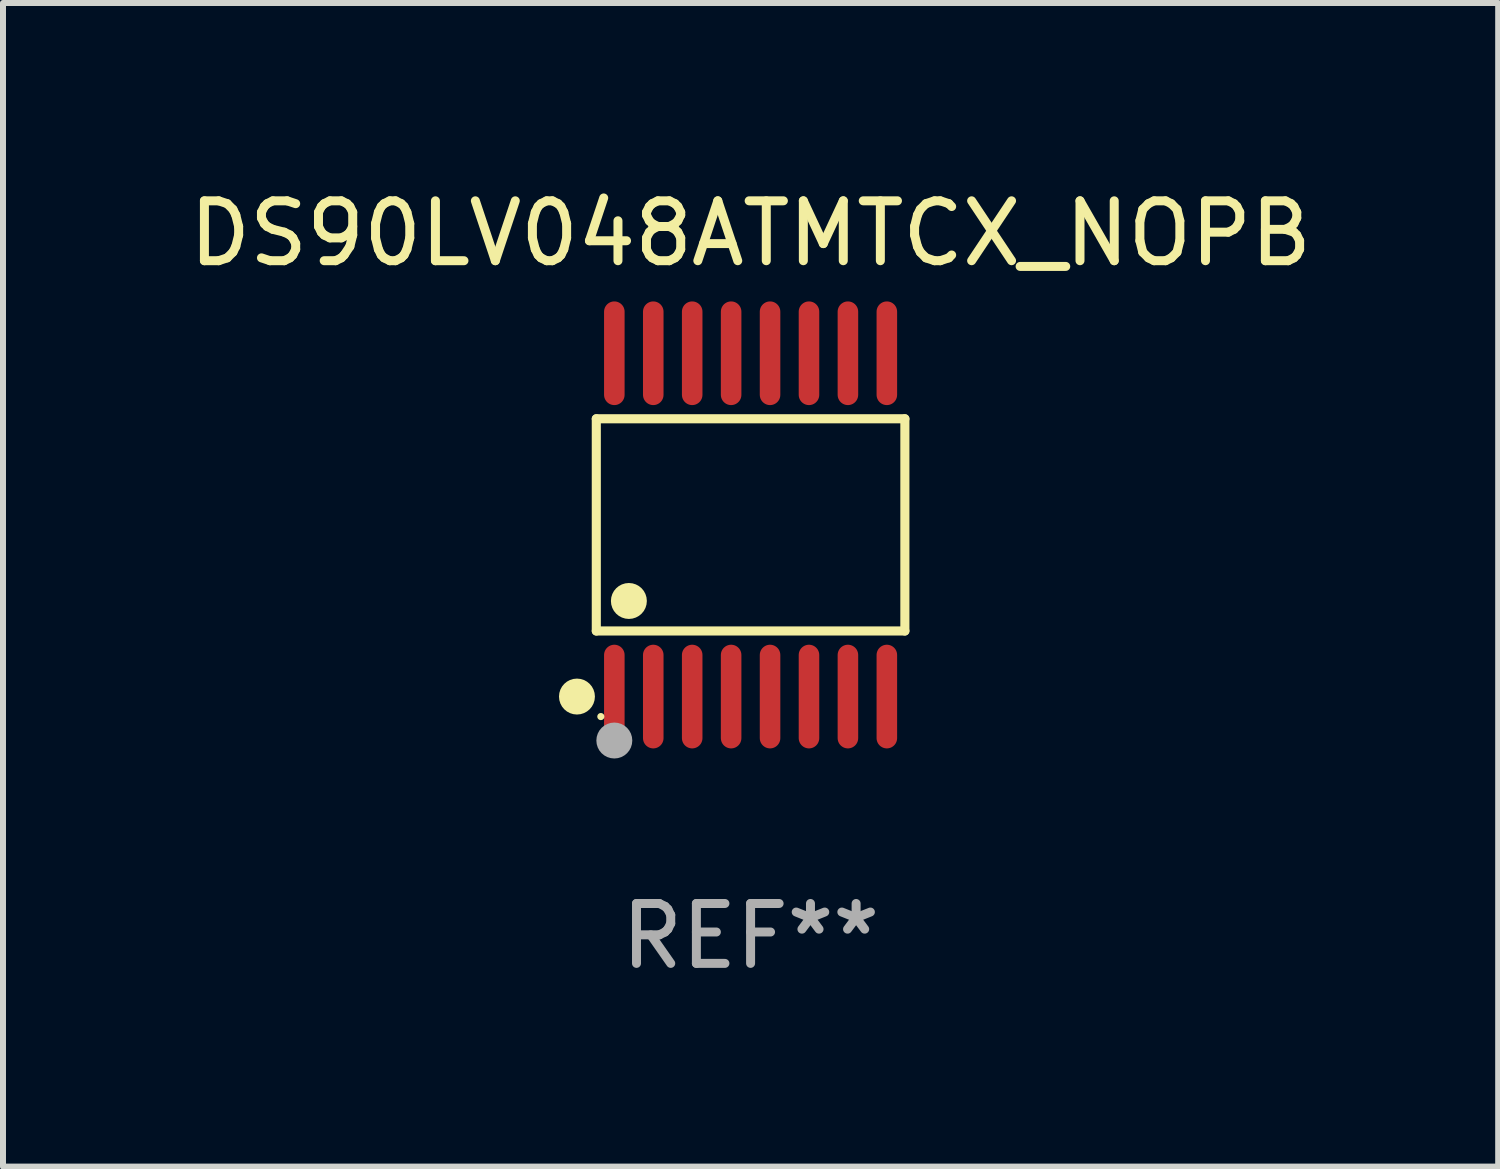
<source format=kicad_pcb>
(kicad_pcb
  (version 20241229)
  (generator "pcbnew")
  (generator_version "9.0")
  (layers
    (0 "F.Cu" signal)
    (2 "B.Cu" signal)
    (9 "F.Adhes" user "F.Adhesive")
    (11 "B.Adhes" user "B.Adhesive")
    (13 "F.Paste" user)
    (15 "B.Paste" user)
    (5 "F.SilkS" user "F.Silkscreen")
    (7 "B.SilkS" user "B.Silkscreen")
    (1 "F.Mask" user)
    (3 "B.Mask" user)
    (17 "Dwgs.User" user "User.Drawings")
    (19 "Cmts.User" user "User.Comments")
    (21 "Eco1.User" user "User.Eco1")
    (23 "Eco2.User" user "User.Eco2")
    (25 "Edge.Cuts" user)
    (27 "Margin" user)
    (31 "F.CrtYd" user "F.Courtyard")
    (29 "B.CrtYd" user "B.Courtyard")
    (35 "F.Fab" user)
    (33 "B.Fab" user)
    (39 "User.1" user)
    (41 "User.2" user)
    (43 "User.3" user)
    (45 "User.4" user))
  (footprint "DS90LV048ATMTCX_NOPB"
    (layer "F.Cu")
    (at 9.482 5.714)
    (property "Reference" "DS90LV048ATMTCX_NOPB" (at 0 -4.866 0) (layer "F.SilkS") (effects (font (size 1 1) (thickness 0.15))))
    (attr through_hole)
    (fp_line (start -2.576 -1.772) (end 2.576 -1.772) (stroke (width 0.152) (type solid)) (layer "F.SilkS"))
    (fp_line (start -2.576 1.771) (end -2.576 -1.772) (stroke (width 0.152) (type solid)) (layer "F.SilkS"))
    (fp_line (start 2.576 -1.772) (end 2.576 1.771) (stroke (width 0.152) (type solid)) (layer "F.SilkS"))
    (fp_line (start 2.576 1.771) (end -2.576 1.771) (stroke (width 0.152) (type solid)) (layer "F.SilkS"))
    (fp_circle (center -2.899 2.866) (end -2.749 2.866) (stroke (width 0.3) (type solid)) (fill no) (layer "F.SilkS"))
    (fp_circle (center -2.5 3.2) (end -2.47 3.2) (stroke (width 0.06) (type solid)) (fill no) (layer "F.SilkS"))
    (fp_circle (center -2.032 1.27) (end -1.882 1.27) (stroke (width 0.3) (type solid)) (fill no) (layer "F.SilkS"))
    (fp_circle (center -2.275 3.6) (end -2.125 3.6) (stroke (width 0.3) (type solid)) (fill no) (layer "F.Fab"))
    (fp_text user "REF**" (at 0 6.866 0) (layer "F.Fab") (effects (font (size 1 1) (thickness 0.15))))
    (pad "1" smd oval (at -2.275 2.866) (size 0.343 1.731) (layers "F.Cu" "F.Mask" "F.Paste"))
    (pad "2" smd oval (at -1.625 2.866) (size 0.343 1.731) (layers "F.Cu" "F.Mask" "F.Paste"))
    (pad "3" smd oval (at -0.975 2.866) (size 0.343 1.731) (layers "F.Cu" "F.Mask" "F.Paste"))
    (pad "4" smd oval (at -0.325 2.866) (size 0.343 1.731) (layers "F.Cu" "F.Mask" "F.Paste"))
    (pad "5" smd oval (at 0.325 2.866) (size 0.343 1.731) (layers "F.Cu" "F.Mask" "F.Paste"))
    (pad "6" smd oval (at 0.975 2.866) (size 0.343 1.731) (layers "F.Cu" "F.Mask" "F.Paste"))
    (pad "7" smd oval (at 1.625 2.866) (size 0.343 1.731) (layers "F.Cu" "F.Mask" "F.Paste"))
    (pad "8" smd oval (at 2.275 2.866) (size 0.343 1.731) (layers "F.Cu" "F.Mask" "F.Paste"))
    (pad "9" smd oval (at 2.275 -2.866) (size 0.343 1.731) (layers "F.Cu" "F.Mask" "F.Paste"))
    (pad "10" smd oval (at 1.625 -2.866) (size 0.343 1.731) (layers "F.Cu" "F.Mask" "F.Paste"))
    (pad "11" smd oval (at 0.975 -2.866) (size 0.343 1.731) (layers "F.Cu" "F.Mask" "F.Paste"))
    (pad "12" smd oval (at 0.325 -2.866) (size 0.343 1.731) (layers "F.Cu" "F.Mask" "F.Paste"))
    (pad "13" smd oval (at -0.325 -2.866) (size 0.343 1.731) (layers "F.Cu" "F.Mask" "F.Paste"))
    (pad "14" smd oval (at -0.975 -2.866) (size 0.343 1.731) (layers "F.Cu" "F.Mask" "F.Paste"))
    (pad "15" smd oval (at -1.625 -2.866) (size 0.343 1.731) (layers "F.Cu" "F.Mask" "F.Paste"))
    (pad "16" smd oval (at -2.275 -2.866) (size 0.343 1.731) (layers "F.Cu" "F.Mask" "F.Paste")))
  (gr_rect
    (start -3 -3)
    (end 21.964 16.428)
    (stroke (width 0.1) (type default))
    (fill no)
    (layer "Edge.Cuts")))
</source>
